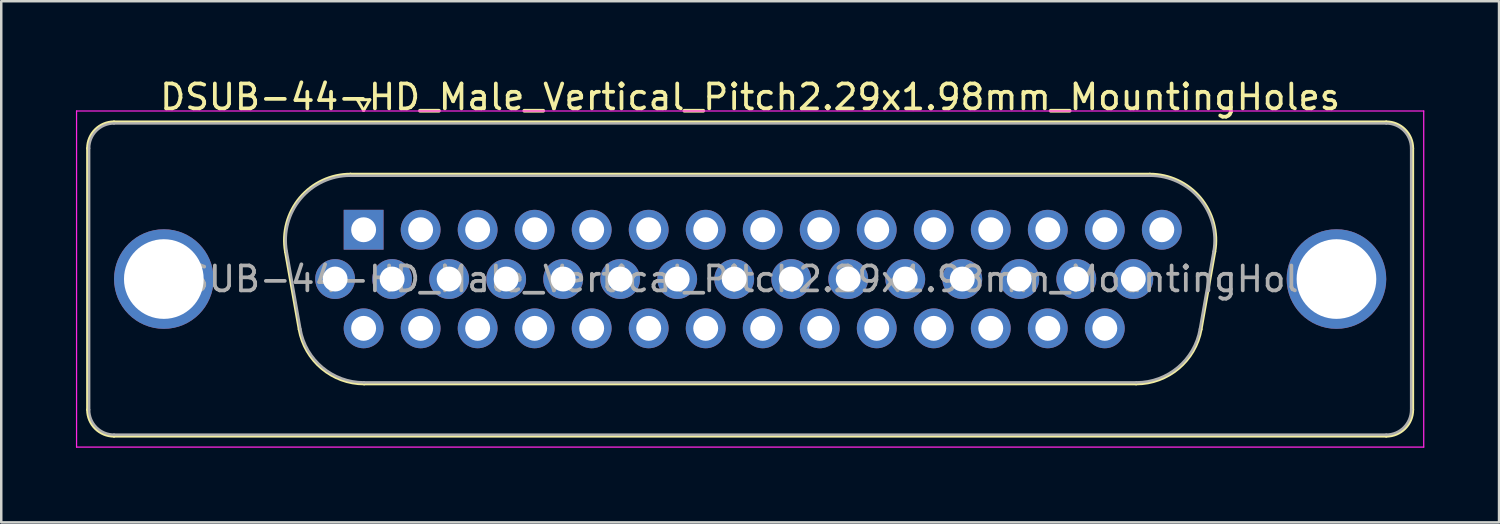
<source format=kicad_pcb>
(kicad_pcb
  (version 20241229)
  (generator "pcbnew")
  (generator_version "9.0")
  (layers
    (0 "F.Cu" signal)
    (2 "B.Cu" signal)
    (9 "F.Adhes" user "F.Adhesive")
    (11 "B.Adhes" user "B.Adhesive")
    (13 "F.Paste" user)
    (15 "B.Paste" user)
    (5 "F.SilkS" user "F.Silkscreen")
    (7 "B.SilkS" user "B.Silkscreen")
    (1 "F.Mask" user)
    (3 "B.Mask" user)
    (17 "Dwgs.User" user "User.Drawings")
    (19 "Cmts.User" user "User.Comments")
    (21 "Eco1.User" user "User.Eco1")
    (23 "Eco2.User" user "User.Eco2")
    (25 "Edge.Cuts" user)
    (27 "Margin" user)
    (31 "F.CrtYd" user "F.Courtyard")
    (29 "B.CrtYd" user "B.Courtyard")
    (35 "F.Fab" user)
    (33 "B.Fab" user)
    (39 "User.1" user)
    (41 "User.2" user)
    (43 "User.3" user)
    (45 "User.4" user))
  (footprint "DSUB-44-HD_Male_Vertical_Pitch2.29x1.98mm_MountingHoles"
    (layer "F.Cu")
    (at 11.555 6.178)
    (property "Reference" "DSUB-44-HD_Male_Vertical_Pitch2.29x1.98mm_MountingHoles" (at 15.525 -5.33 0) (layer "F.SilkS") (effects (font (size 1 1) (thickness 0.15))))
    (attr through_hole)
    (fp_line (start -11.085 7.23) (end -11.085 -3.27) (stroke (width 0.12) (type solid)) (layer "F.SilkS"))
    (fp_line (start -10.025 -4.33) (end 41.075 -4.33) (stroke (width 0.12) (type solid)) (layer "F.SilkS"))
    (fp_line (start -3.137 0.88) (end -2.586 4) (stroke (width 0.12) (type solid)) (layer "F.SilkS"))
    (fp_line (start -0.527 -2.23) (end 31.577 -2.23) (stroke (width 0.12) (type solid)) (layer "F.SilkS"))
    (fp_line (start -0.25 -5.224) (end 0.25 -5.224) (stroke (width 0.12) (type solid)) (layer "F.SilkS"))
    (fp_line (start 0 -4.791) (end -0.25 -5.224) (stroke (width 0.12) (type solid)) (layer "F.SilkS"))
    (fp_line (start 0.023 6.19) (end 31.027 6.19) (stroke (width 0.12) (type solid)) (layer "F.SilkS"))
    (fp_line (start 0.25 -5.224) (end 0 -4.791) (stroke (width 0.12) (type solid)) (layer "F.SilkS"))
    (fp_line (start 34.187 0.88) (end 33.636 4) (stroke (width 0.12) (type solid)) (layer "F.SilkS"))
    (fp_line (start 41.075 8.29) (end -10.025 8.29) (stroke (width 0.12) (type solid)) (layer "F.SilkS"))
    (fp_line (start 42.135 -3.27) (end 42.135 7.23) (stroke (width 0.12) (type solid)) (layer "F.SilkS"))
    (fp_arc (start -11.085 -3.27) (mid -10.774533 -4.019533) (end -10.025 -4.33) (stroke (width 0.12) (type solid)) (layer "F.SilkS"))
    (fp_arc (start -10.025 8.29) (mid -10.774533 7.979533) (end -11.085 7.23) (stroke (width 0.12) (type solid)) (layer "F.SilkS"))
    (fp_arc (start -3.136594 0.880168) (mid -2.556871 -1.283387) (end -0.526853 -2.23) (stroke (width 0.12) (type solid)) (layer "F.SilkS"))
    (fp_arc (start 0.023287 6.19) (mid -1.6801 5.570018) (end -2.586454 4.000168) (stroke (width 0.12) (type solid)) (layer "F.SilkS"))
    (fp_arc (start 31.576853 -2.23) (mid 33.606871 -1.283387) (end 34.186594 0.880168) (stroke (width 0.12) (type solid)) (layer "F.SilkS"))
    (fp_arc (start 33.636454 4.000168) (mid 32.7301 5.570018) (end 31.026713 6.19) (stroke (width 0.12) (type solid)) (layer "F.SilkS"))
    (fp_arc (start 41.075 -4.33) (mid 41.824533 -4.019533) (end 42.135 -3.27) (stroke (width 0.12) (type solid)) (layer "F.SilkS"))
    (fp_arc (start 42.135 7.23) (mid 41.824533 7.979533) (end 41.075 8.29) (stroke (width 0.12) (type solid)) (layer "F.SilkS"))
    (fp_line (start -11.53 -4.77) (end -11.53 8.73) (stroke (width 0.05) (type solid)) (layer "F.CrtYd"))
    (fp_line (start -11.53 8.73) (end 42.58 8.73) (stroke (width 0.05) (type solid)) (layer "F.CrtYd"))
    (fp_line (start 42.58 -4.77) (end -11.53 -4.77) (stroke (width 0.05) (type solid)) (layer "F.CrtYd"))
    (fp_line (start 42.58 8.73) (end 42.58 -4.77) (stroke (width 0.05) (type solid)) (layer "F.CrtYd"))
    (fp_line (start -11.025 7.23) (end -11.025 -3.27) (stroke (width 0.1) (type solid)) (layer "F.Fab"))
    (fp_line (start -10.025 -4.27) (end 41.075 -4.27) (stroke (width 0.1) (type solid)) (layer "F.Fab"))
    (fp_line (start -3.089 0.87) (end -2.539 3.99) (stroke (width 0.1) (type solid)) (layer "F.Fab"))
    (fp_line (start -0.538 -2.17) (end 31.588 -2.17) (stroke (width 0.1) (type solid)) (layer "F.Fab"))
    (fp_line (start 0.012 6.13) (end 31.038 6.13) (stroke (width 0.1) (type solid)) (layer "F.Fab"))
    (fp_line (start 34.139 0.87) (end 33.589 3.99) (stroke (width 0.1) (type solid)) (layer "F.Fab"))
    (fp_line (start 41.075 8.23) (end -10.025 8.23) (stroke (width 0.1) (type solid)) (layer "F.Fab"))
    (fp_line (start 42.075 -3.27) (end 42.075 7.23) (stroke (width 0.1) (type solid)) (layer "F.Fab"))
    (fp_arc (start -11.025 -3.27) (mid -10.732107 -3.977107) (end -10.025 -4.27) (stroke (width 0.1) (type solid)) (layer "F.Fab"))
    (fp_arc (start -10.025 8.23) (mid -10.732107 7.937107) (end -11.025 7.23) (stroke (width 0.1) (type solid)) (layer "F.Fab"))
    (fp_arc (start -3.08901 0.869749) (mid -2.522413 -1.24482) (end -0.538358 -2.17) (stroke (width 0.1) (type solid)) (layer "F.Fab"))
    (fp_arc (start 0.011782 6.13) (mid -1.653038 5.524055) (end -2.53887 3.989749) (stroke (width 0.1) (type solid)) (layer "F.Fab"))
    (fp_arc (start 31.588358 -2.17) (mid 33.572413 -1.24482) (end 34.13901 0.869749) (stroke (width 0.1) (type solid)) (layer "F.Fab"))
    (fp_arc (start 33.58887 3.989749) (mid 32.703038 5.524055) (end 31.038218 6.13) (stroke (width 0.1) (type solid)) (layer "F.Fab"))
    (fp_arc (start 41.075 -4.27) (mid 41.782107 -3.977107) (end 42.075 -3.27) (stroke (width 0.1) (type solid)) (layer "F.Fab"))
    (fp_arc (start 42.075 7.23) (mid 41.782107 7.937107) (end 41.075 8.23) (stroke (width 0.1) (type solid)) (layer "F.Fab"))
    (fp_text user "${REFERENCE}" (at 15.525 1.98 0) (layer "F.Fab") (effects (font (size 1 1) (thickness 0.15))))
    (pad "0" thru_hole circle (at -8.025 1.98) (size 4 4) (drill 3.2) (layers "*.Cu" "*.Mask"))
    (pad "0" thru_hole circle (at 39.075 1.98) (size 4 4) (drill 3.2) (layers "*.Cu" "*.Mask"))
    (pad "1" thru_hole rect (at 0 0) (size 1.6 1.6) (drill 1) (layers "*.Cu" "*.Mask"))
    (pad "2" thru_hole circle (at 2.29 0) (size 1.6 1.6) (drill 1) (layers "*.Cu" "*.Mask"))
    (pad "3" thru_hole circle (at 4.58 0) (size 1.6 1.6) (drill 1) (layers "*.Cu" "*.Mask"))
    (pad "4" thru_hole circle (at 6.87 0) (size 1.6 1.6) (drill 1) (layers "*.Cu" "*.Mask"))
    (pad "5" thru_hole circle (at 9.16 0) (size 1.6 1.6) (drill 1) (layers "*.Cu" "*.Mask"))
    (pad "6" thru_hole circle (at 11.45 0) (size 1.6 1.6) (drill 1) (layers "*.Cu" "*.Mask"))
    (pad "7" thru_hole circle (at 13.74 0) (size 1.6 1.6) (drill 1) (layers "*.Cu" "*.Mask"))
    (pad "8" thru_hole circle (at 16.03 0) (size 1.6 1.6) (drill 1) (layers "*.Cu" "*.Mask"))
    (pad "9" thru_hole circle (at 18.32 0) (size 1.6 1.6) (drill 1) (layers "*.Cu" "*.Mask"))
    (pad "10" thru_hole circle (at 20.61 0) (size 1.6 1.6) (drill 1) (layers "*.Cu" "*.Mask"))
    (pad "11" thru_hole circle (at 22.9 0) (size 1.6 1.6) (drill 1) (layers "*.Cu" "*.Mask"))
    (pad "12" thru_hole circle (at 25.19 0) (size 1.6 1.6) (drill 1) (layers "*.Cu" "*.Mask"))
    (pad "13" thru_hole circle (at 27.48 0) (size 1.6 1.6) (drill 1) (layers "*.Cu" "*.Mask"))
    (pad "14" thru_hole circle (at 29.77 0) (size 1.6 1.6) (drill 1) (layers "*.Cu" "*.Mask"))
    (pad "15" thru_hole circle (at 32.06 0) (size 1.6 1.6) (drill 1) (layers "*.Cu" "*.Mask"))
    (pad "16" thru_hole circle (at -1.145 1.98) (size 1.6 1.6) (drill 1) (layers "*.Cu" "*.Mask"))
    (pad "17" thru_hole circle (at 1.145 1.98) (size 1.6 1.6) (drill 1) (layers "*.Cu" "*.Mask"))
    (pad "18" thru_hole circle (at 3.435 1.98) (size 1.6 1.6) (drill 1) (layers "*.Cu" "*.Mask"))
    (pad "19" thru_hole circle (at 5.725 1.98) (size 1.6 1.6) (drill 1) (layers "*.Cu" "*.Mask"))
    (pad "20" thru_hole circle (at 8.015 1.98) (size 1.6 1.6) (drill 1) (layers "*.Cu" "*.Mask"))
    (pad "21" thru_hole circle (at 10.305 1.98) (size 1.6 1.6) (drill 1) (layers "*.Cu" "*.Mask"))
    (pad "22" thru_hole circle (at 12.595 1.98) (size 1.6 1.6) (drill 1) (layers "*.Cu" "*.Mask"))
    (pad "23" thru_hole circle (at 14.885 1.98) (size 1.6 1.6) (drill 1) (layers "*.Cu" "*.Mask"))
    (pad "24" thru_hole circle (at 17.175 1.98) (size 1.6 1.6) (drill 1) (layers "*.Cu" "*.Mask"))
    (pad "25" thru_hole circle (at 19.465 1.98) (size 1.6 1.6) (drill 1) (layers "*.Cu" "*.Mask"))
    (pad "26" thru_hole circle (at 21.755 1.98) (size 1.6 1.6) (drill 1) (layers "*.Cu" "*.Mask"))
    (pad "27" thru_hole circle (at 24.045 1.98) (size 1.6 1.6) (drill 1) (layers "*.Cu" "*.Mask"))
    (pad "28" thru_hole circle (at 26.335 1.98) (size 1.6 1.6) (drill 1) (layers "*.Cu" "*.Mask"))
    (pad "29" thru_hole circle (at 28.625 1.98) (size 1.6 1.6) (drill 1) (layers "*.Cu" "*.Mask"))
    (pad "30" thru_hole circle (at 30.915 1.98) (size 1.6 1.6) (drill 1) (layers "*.Cu" "*.Mask"))
    (pad "31" thru_hole circle (at 0 3.96) (size 1.6 1.6) (drill 1) (layers "*.Cu" "*.Mask"))
    (pad "32" thru_hole circle (at 2.29 3.96) (size 1.6 1.6) (drill 1) (layers "*.Cu" "*.Mask"))
    (pad "33" thru_hole circle (at 4.58 3.96) (size 1.6 1.6) (drill 1) (layers "*.Cu" "*.Mask"))
    (pad "34" thru_hole circle (at 6.87 3.96) (size 1.6 1.6) (drill 1) (layers "*.Cu" "*.Mask"))
    (pad "35" thru_hole circle (at 9.16 3.96) (size 1.6 1.6) (drill 1) (layers "*.Cu" "*.Mask"))
    (pad "36" thru_hole circle (at 11.45 3.96) (size 1.6 1.6) (drill 1) (layers "*.Cu" "*.Mask"))
    (pad "37" thru_hole circle (at 13.74 3.96) (size 1.6 1.6) (drill 1) (layers "*.Cu" "*.Mask"))
    (pad "38" thru_hole circle (at 16.03 3.96) (size 1.6 1.6) (drill 1) (layers "*.Cu" "*.Mask"))
    (pad "39" thru_hole circle (at 18.32 3.96) (size 1.6 1.6) (drill 1) (layers "*.Cu" "*.Mask"))
    (pad "40" thru_hole circle (at 20.61 3.96) (size 1.6 1.6) (drill 1) (layers "*.Cu" "*.Mask"))
    (pad "41" thru_hole circle (at 22.9 3.96) (size 1.6 1.6) (drill 1) (layers "*.Cu" "*.Mask"))
    (pad "42" thru_hole circle (at 25.19 3.96) (size 1.6 1.6) (drill 1) (layers "*.Cu" "*.Mask"))
    (pad "43" thru_hole circle (at 27.48 3.96) (size 1.6 1.6) (drill 1) (layers "*.Cu" "*.Mask"))
    (pad "44" thru_hole circle (at 29.77 3.96) (size 1.6 1.6) (drill 1) (layers "*.Cu" "*.Mask")))
  (gr_rect
    (start -3 -3)
    (end 57.16 17.933)
    (stroke (width 0.1) (type default))
    (fill no)
    (layer "Edge.Cuts")))
</source>
